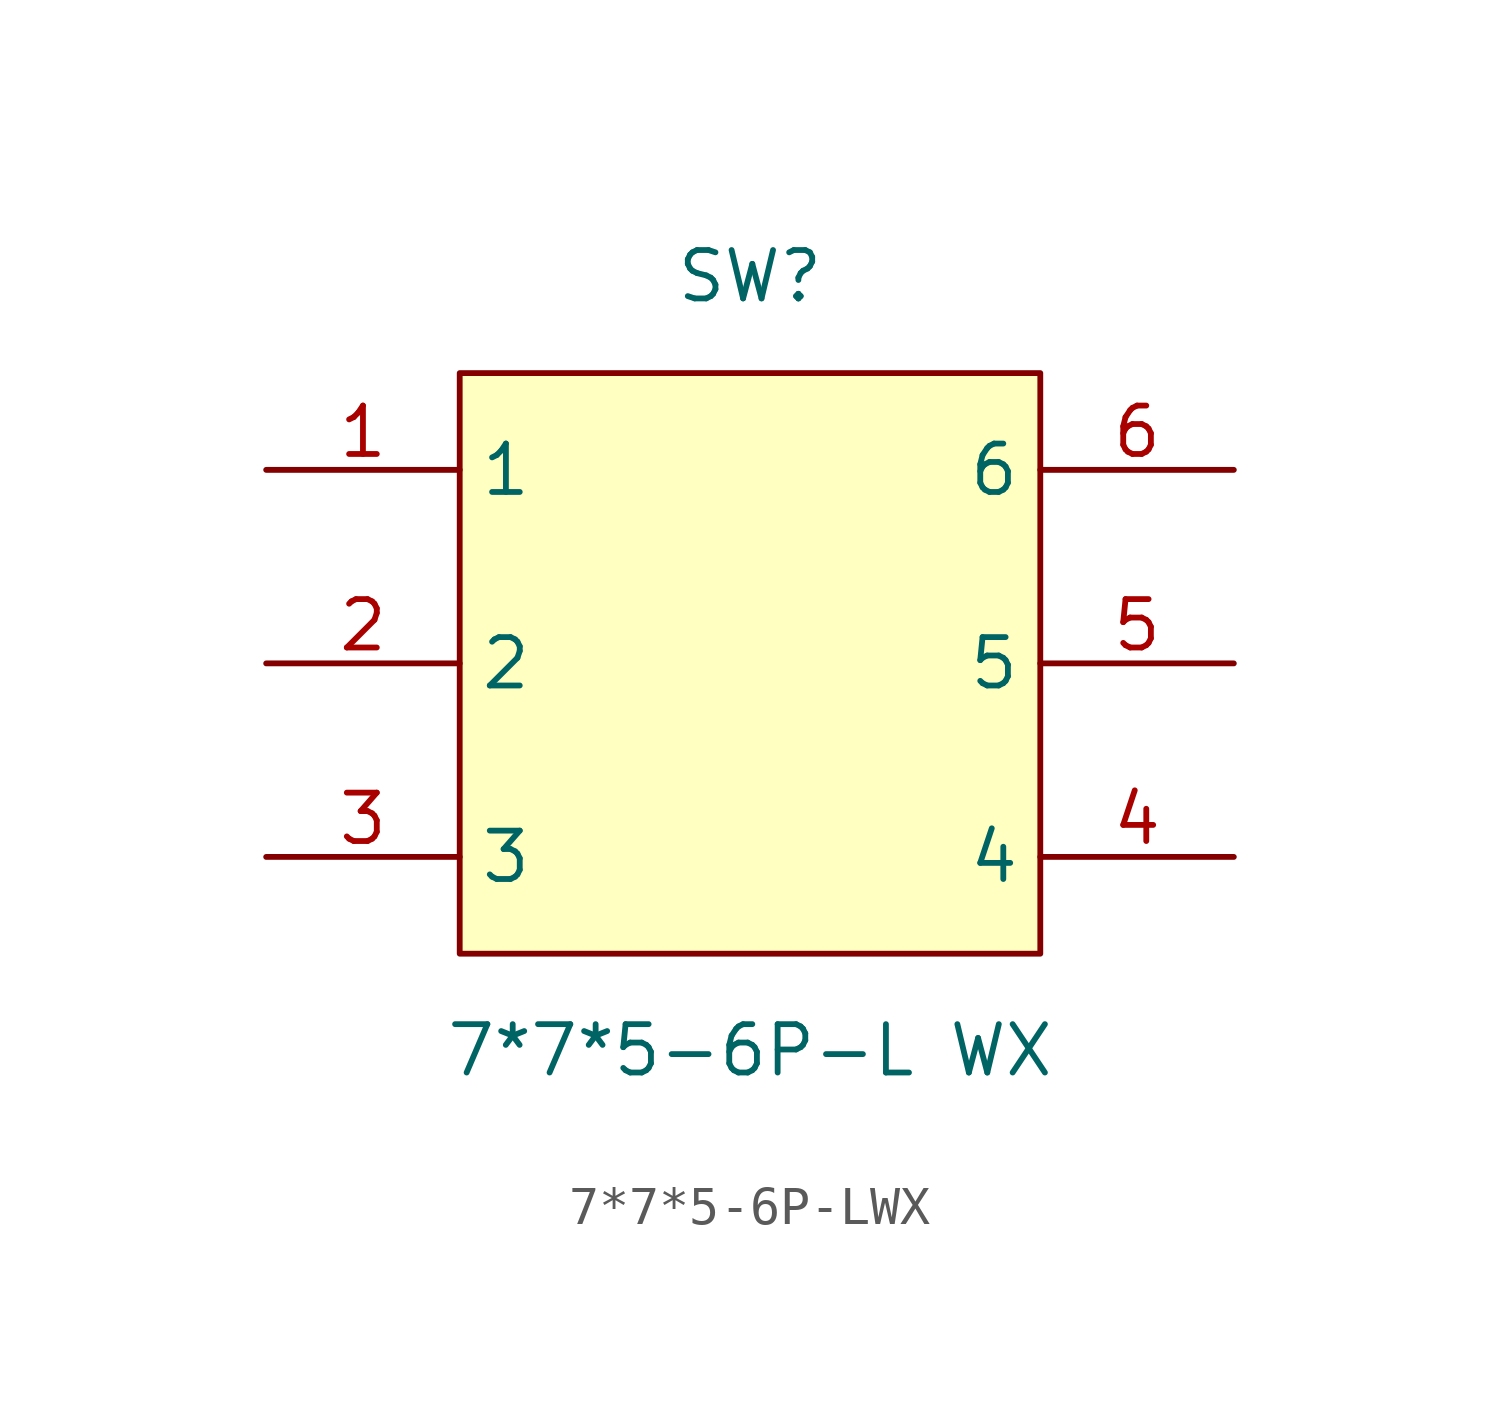
<source format=kicad_sym>
(kicad_symbol_lib
  (version 20241209)
  (generator "kicad_symbol_editor")
  (generator_version "9.0")
  (symbol "7*7*5-6P-LWX"
    (property "Reference" "SW"
      (at 0 10.16 0)
      (effects (font (size 1.27 1.27))))
    (property "Value" "7*7*5-6P-L WX"
      (at 0 -10.16 0)
      (effects (font (size 1.27 1.27))))
    (symbol "7*7*5-6P-LWX_0_1"
      (rectangle (start -7.62 7.62) (end 7.62 -7.62) (stroke (width 0) (type default)) (fill (type background)))
      (pin unspecified line (at -12.7 5.08 0) (length 5.08) (name "1" (effects (font (size 1.27 1.27)))) (number "1" (effects (font (size 1.27 1.27)))))
      (pin unspecified line (at -12.7 0 0) (length 5.08) (name "2" (effects (font (size 1.27 1.27)))) (number "2" (effects (font (size 1.27 1.27)))))
      (pin unspecified line (at -12.7 -5.08 0) (length 5.08) (name "3" (effects (font (size 1.27 1.27)))) (number "3" (effects (font (size 1.27 1.27)))))
      (pin unspecified line (at 12.7 5.08 180) (length 5.08) (name "6" (effects (font (size 1.27 1.27)))) (number "6" (effects (font (size 1.27 1.27)))))
      (pin unspecified line (at 12.7 0 180) (length 5.08) (name "5" (effects (font (size 1.27 1.27)))) (number "5" (effects (font (size 1.27 1.27)))))
      (pin unspecified line (at 12.7 -5.08 180) (length 5.08) (name "4" (effects (font (size 1.27 1.27)))) (number "4" (effects (font (size 1.27 1.27))))))))
</source>
